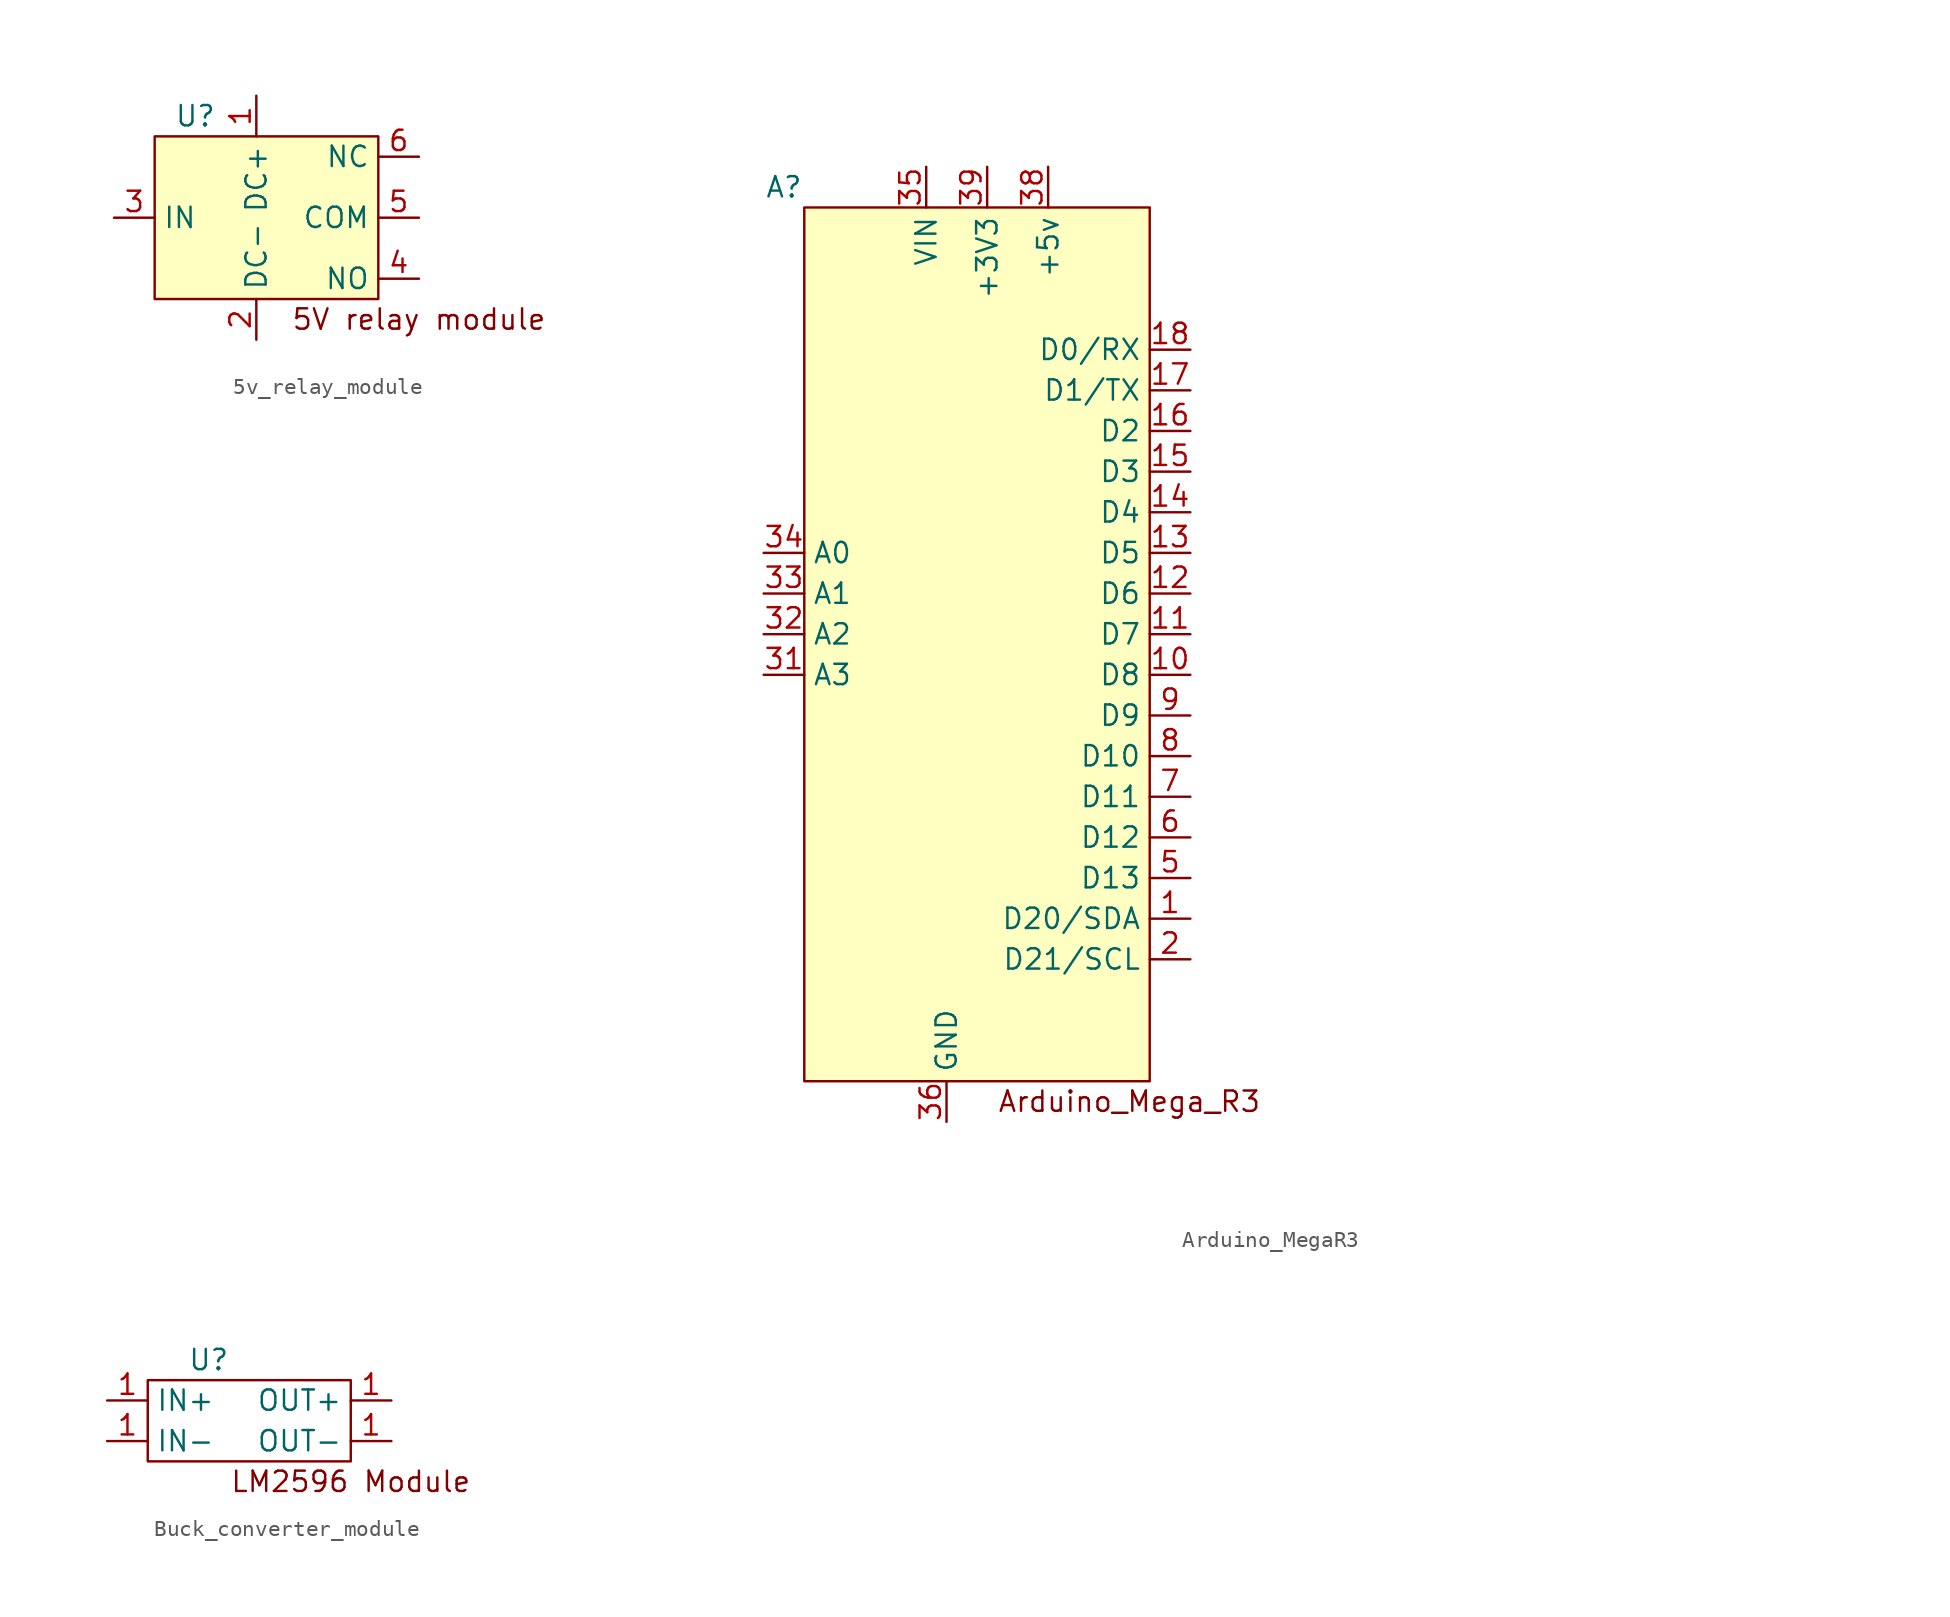
<source format=kicad_sym>
(kicad_symbol_lib
  (version 20220914)
  (generator kicad_symbol_editor)
  (symbol "5v_relay_module"
    (property "Reference" "U"
      (at 0 0 0)
      (effects (font (size 1.27 1.27))))
    (property "Value" ""
      (at 0 0 0)
      (effects (font (size 1.27 1.27))))
    (symbol "5v_relay_module_1_1"
      (rectangle (start -2.54 -1.27) (end 11.43 -11.43) (stroke (width 0) (type default)) (fill (type background)))
      (text "5V relay module\n" (at 13.97 -12.7 0) (effects (font (size 1.27 1.27))))
      (pin power_in line (at 3.81 1.27 270) (length 2.54) (name "DC+" (effects (font (size 1.27 1.27)))) (number "1" (effects (font (size 1.27 1.27)))))
      (pin power_in line (at 3.81 -13.97 90) (length 2.54) (name "DC-" (effects (font (size 1.27 1.27)))) (number "2" (effects (font (size 1.27 1.27)))))
      (pin passive line (at -5.08 -6.35 0) (length 2.54) (name "IN" (effects (font (size 1.27 1.27)))) (number "3" (effects (font (size 1.27 1.27)))))
      (pin passive line (at 13.97 -10.16 180) (length 2.54) (name "NO" (effects (font (size 1.27 1.27)))) (number "4" (effects (font (size 1.27 1.27)))))
      (pin passive line (at 13.97 -6.35 180) (length 2.54) (name "COM" (effects (font (size 1.27 1.27)))) (number "5" (effects (font (size 1.27 1.27)))))
      (pin passive line (at 13.97 -2.54 180) (length 2.54) (name "NC" (effects (font (size 1.27 1.27)))) (number "6" (effects (font (size 1.27 1.27)))))))
  (symbol "Arduino_MegaR3"
    (property "Reference" "A"
      (at -6.35 6.35 0)
      (effects (font (size 1.27 1.27))))
    (property "Value" ""
      (at 55.88 0 0)
      (effects (font (size 1.27 1.27))))
    (symbol "Arduino_MegaR3_1_1"
      (rectangle (start -5.08 5.08) (end 16.51 -49.53) (stroke (width 0) (type default)) (fill (type background)))
      (text "Arduino_Mega_R3\n" (at 15.24 -50.8 0) (effects (font (size 1.27 1.27))))
      (pin bidirectional line (at 19.05 -39.37 180) (length 2.54) (name "D20/SDA" (effects (font (size 1.27 1.27)))) (number "1" (effects (font (size 1.27 1.27)))))
      (pin bidirectional line (at 19.05 -24.13 180) (length 2.54) (name "D8" (effects (font (size 1.27 1.27)))) (number "10" (effects (font (size 1.27 1.27)))))
      (pin bidirectional line (at 19.05 -21.59 180) (length 2.54) (name "D7" (effects (font (size 1.27 1.27)))) (number "11" (effects (font (size 1.27 1.27)))))
      (pin bidirectional line (at 19.05 -19.05 180) (length 2.54) (name "D6" (effects (font (size 1.27 1.27)))) (number "12" (effects (font (size 1.27 1.27)))))
      (pin bidirectional line (at 19.05 -16.51 180) (length 2.54) (name "D5" (effects (font (size 1.27 1.27)))) (number "13" (effects (font (size 1.27 1.27)))))
      (pin bidirectional line (at 19.05 -13.97 180) (length 2.54) (name "D4" (effects (font (size 1.27 1.27)))) (number "14" (effects (font (size 1.27 1.27)))))
      (pin bidirectional line (at 19.05 -11.43 180) (length 2.54) (name "D3" (effects (font (size 1.27 1.27)))) (number "15" (effects (font (size 1.27 1.27)))))
      (pin bidirectional line (at 19.05 -8.89 180) (length 2.54) (name "D2" (effects (font (size 1.27 1.27)))) (number "16" (effects (font (size 1.27 1.27)))))
      (pin bidirectional line (at 19.05 -6.35 180) (length 2.54) (name "D1/TX" (effects (font (size 1.27 1.27)))) (number "17" (effects (font (size 1.27 1.27)))))
      (pin bidirectional line (at 19.05 -3.81 180) (length 2.54) (name "D0/RX" (effects (font (size 1.27 1.27)))) (number "18" (effects (font (size 1.27 1.27)))))
      (pin bidirectional line (at 19.05 -41.91 180) (length 2.54) (name "D21/SCL" (effects (font (size 1.27 1.27)))) (number "2" (effects (font (size 1.27 1.27)))))
      (pin bidirectional line (at -7.62 -24.13 0) (length 2.54) (name "A3" (effects (font (size 1.27 1.27)))) (number "31" (effects (font (size 1.27 1.27)))))
      (pin bidirectional line (at -7.62 -21.59 0) (length 2.54) (name "A2" (effects (font (size 1.27 1.27)))) (number "32" (effects (font (size 1.27 1.27)))))
      (pin bidirectional line (at -7.62 -19.05 0) (length 2.54) (name "A1" (effects (font (size 1.27 1.27)))) (number "33" (effects (font (size 1.27 1.27)))))
      (pin bidirectional line (at -7.62 -16.51 0) (length 2.54) (name "A0" (effects (font (size 1.27 1.27)))) (number "34" (effects (font (size 1.27 1.27)))))
      (pin power_in line (at 2.54 7.62 270) (length 2.54) (name "VIN" (effects (font (size 1.27 1.27)))) (number "35" (effects (font (size 1.27 1.27)))))
      (pin power_in line (at 3.81 -52.07 90) (length 2.54) (name "GND" (effects (font (size 1.27 1.27)))) (number "36" (effects (font (size 1.27 1.27)))))
      (pin power_out line (at 10.16 7.62 270) (length 2.54) (name "+5v" (effects (font (size 1.27 1.27)))) (number "38" (effects (font (size 1.27 1.27)))))
      (pin power_out line (at 6.35 7.62 270) (length 2.54) (name "+3V3" (effects (font (size 1.27 1.27)))) (number "39" (effects (font (size 1.27 1.27)))))
      (pin bidirectional line (at 19.05 -36.83 180) (length 2.54) (name "D13" (effects (font (size 1.27 1.27)))) (number "5" (effects (font (size 1.27 1.27)))))
      (pin bidirectional line (at 19.05 -34.29 180) (length 2.54) (name "D12" (effects (font (size 1.27 1.27)))) (number "6" (effects (font (size 1.27 1.27)))))
      (pin bidirectional line (at 19.05 -31.75 180) (length 2.54) (name "D11" (effects (font (size 1.27 1.27)))) (number "7" (effects (font (size 1.27 1.27)))))
      (pin bidirectional line (at 19.05 -29.21 180) (length 2.54) (name "D10" (effects (font (size 1.27 1.27)))) (number "8" (effects (font (size 1.27 1.27)))))
      (pin bidirectional line (at 19.05 -26.67 180) (length 2.54) (name "D9" (effects (font (size 1.27 1.27)))) (number "9" (effects (font (size 1.27 1.27)))))))
  (symbol "Buck_converter_module"
    (property "Reference" "U"
      (at 0 0 0)
      (effects (font (size 1.27 1.27))))
    (property "Value" ""
      (at 0 0 0)
      (effects (font (size 1.27 1.27))))
    (symbol "Buck_converter_module_0_1"
      (rectangle (start -3.81 -1.27) (end 8.89 -6.35) (stroke (width 0) (type default)) (fill (type none))))
    (symbol "Buck_converter_module_1_1"
      (text "LM2596 Module\n" (at 8.89 -7.62 0) (effects (font (size 1.27 1.27))))
      (pin power_in line (at -6.35 -2.54 0) (length 2.54) (name "IN+" (effects (font (size 1.27 1.27)))) (number "1" (effects (font (size 1.27 1.27)))))
      (pin power_in line (at -6.35 -5.08 0) (length 2.54) (name "IN-" (effects (font (size 1.27 1.27)))) (number "1" (effects (font (size 1.27 1.27)))))
      (pin power_out line (at 11.43 -2.54 180) (length 2.54) (name "OUT+" (effects (font (size 1.27 1.27)))) (number "1" (effects (font (size 1.27 1.27)))))
      (pin power_out line (at 11.43 -5.08 180) (length 2.54) (name "OUT-" (effects (font (size 1.27 1.27)))) (number "1" (effects (font (size 1.27 1.27))))))))
</source>
